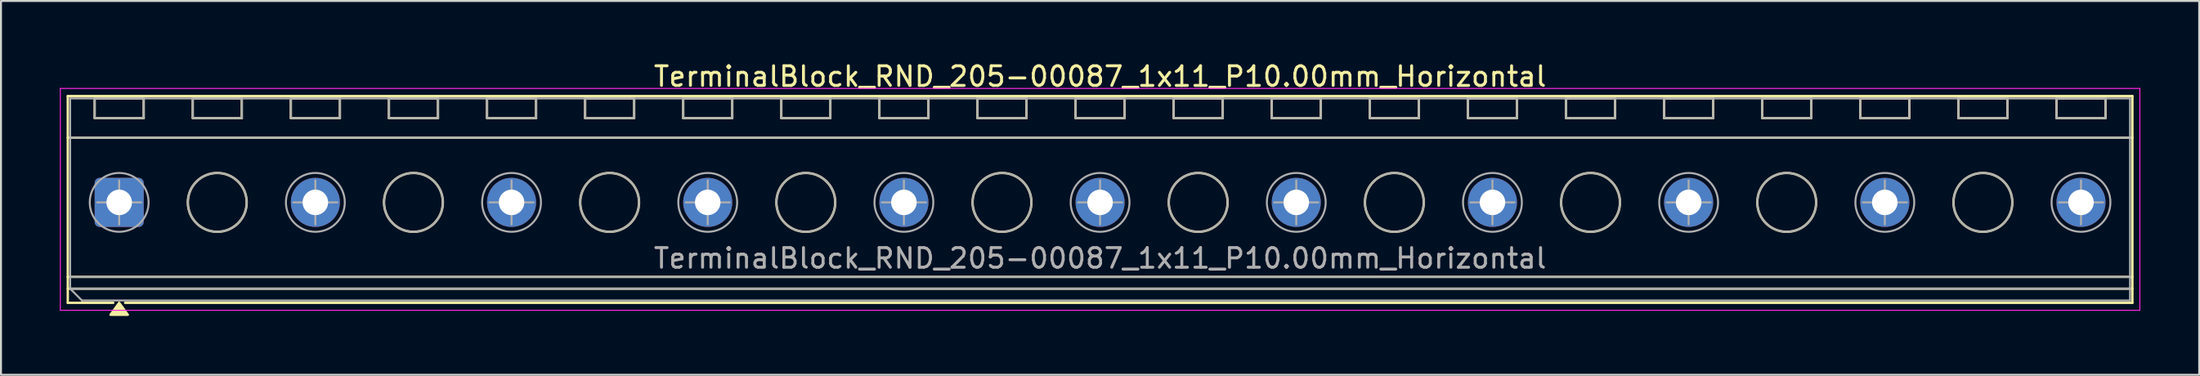
<source format=kicad_pcb>
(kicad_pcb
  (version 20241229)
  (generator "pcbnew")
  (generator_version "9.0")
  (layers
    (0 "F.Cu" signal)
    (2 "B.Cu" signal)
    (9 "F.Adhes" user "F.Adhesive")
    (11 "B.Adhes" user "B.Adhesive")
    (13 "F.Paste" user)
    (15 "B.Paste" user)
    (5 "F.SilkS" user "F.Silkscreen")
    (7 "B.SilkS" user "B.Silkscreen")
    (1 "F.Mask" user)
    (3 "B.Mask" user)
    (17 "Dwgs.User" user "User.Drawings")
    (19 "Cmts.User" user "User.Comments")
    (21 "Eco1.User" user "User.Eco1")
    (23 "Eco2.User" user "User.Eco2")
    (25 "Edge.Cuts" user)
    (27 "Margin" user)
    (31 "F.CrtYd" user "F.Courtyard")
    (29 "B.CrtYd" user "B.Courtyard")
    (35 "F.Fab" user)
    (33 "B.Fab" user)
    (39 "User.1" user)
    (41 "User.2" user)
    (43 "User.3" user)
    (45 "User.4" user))
  (footprint "TerminalBlock_RND_205-00087_1x11_P10.00mm_Horizontal"
    (layer "F.Cu")
    (at 3.025 7.268)
    (property "Reference" "TerminalBlock_RND_205-00087_1x11_P10.00mm_Horizontal" (at 50 -6.42 0) (layer "F.SilkS") (effects (font (size 1 1) (thickness 0.15))))
    (attr through_hole)
    (fp_line (start -2.62 -5.42) (end 102.62 -5.42) (stroke (width 0.12) (type solid)) (layer "F.SilkS"))
    (fp_line (start -2.62 -3.3) (end 102.62 -3.3) (stroke (width 0.12) (type solid)) (layer "F.SilkS"))
    (fp_line (start -2.62 3.8) (end 102.62 3.8) (stroke (width 0.12) (type solid)) (layer "F.SilkS"))
    (fp_line (start -2.62 4.4) (end 102.62 4.4) (stroke (width 0.12) (type solid)) (layer "F.SilkS"))
    (fp_line (start -2.62 5.12) (end -2.62 -5.42) (stroke (width 0.12) (type solid)) (layer "F.SilkS"))
    (fp_line (start -1.25 -5.3) (end 1.25 -5.3) (stroke (width 0.12) (type solid)) (layer "F.SilkS"))
    (fp_line (start -1.25 -4.3) (end -1.25 -5.3) (stroke (width 0.12) (type solid)) (layer "F.SilkS"))
    (fp_line (start -0.3 5.12) (end -2.62 5.12) (stroke (width 0.12) (type solid)) (layer "F.SilkS"))
    (fp_line (start 1.25 -5.3) (end 1.25 -4.3) (stroke (width 0.12) (type solid)) (layer "F.SilkS"))
    (fp_line (start 1.25 -4.3) (end -1.25 -4.3) (stroke (width 0.12) (type solid)) (layer "F.SilkS"))
    (fp_line (start 3.75 -5.3) (end 6.25 -5.3) (stroke (width 0.12) (type solid)) (layer "F.SilkS"))
    (fp_line (start 3.75 -4.3) (end 3.75 -5.3) (stroke (width 0.12) (type solid)) (layer "F.SilkS"))
    (fp_line (start 6.25 -5.3) (end 6.25 -4.3) (stroke (width 0.12) (type solid)) (layer "F.SilkS"))
    (fp_line (start 6.25 -4.3) (end 3.75 -4.3) (stroke (width 0.12) (type solid)) (layer "F.SilkS"))
    (fp_line (start 8.75 -5.3) (end 11.25 -5.3) (stroke (width 0.12) (type solid)) (layer "F.SilkS"))
    (fp_line (start 8.75 -4.3) (end 8.75 -5.3) (stroke (width 0.12) (type solid)) (layer "F.SilkS"))
    (fp_line (start 11.25 -5.3) (end 11.25 -4.3) (stroke (width 0.12) (type solid)) (layer "F.SilkS"))
    (fp_line (start 11.25 -4.3) (end 8.75 -4.3) (stroke (width 0.12) (type solid)) (layer "F.SilkS"))
    (fp_line (start 13.75 -5.3) (end 16.25 -5.3) (stroke (width 0.12) (type solid)) (layer "F.SilkS"))
    (fp_line (start 13.75 -4.3) (end 13.75 -5.3) (stroke (width 0.12) (type solid)) (layer "F.SilkS"))
    (fp_line (start 16.25 -5.3) (end 16.25 -4.3) (stroke (width 0.12) (type solid)) (layer "F.SilkS"))
    (fp_line (start 16.25 -4.3) (end 13.75 -4.3) (stroke (width 0.12) (type solid)) (layer "F.SilkS"))
    (fp_line (start 18.75 -5.3) (end 21.25 -5.3) (stroke (width 0.12) (type solid)) (layer "F.SilkS"))
    (fp_line (start 18.75 -4.3) (end 18.75 -5.3) (stroke (width 0.12) (type solid)) (layer "F.SilkS"))
    (fp_line (start 21.25 -5.3) (end 21.25 -4.3) (stroke (width 0.12) (type solid)) (layer "F.SilkS"))
    (fp_line (start 21.25 -4.3) (end 18.75 -4.3) (stroke (width 0.12) (type solid)) (layer "F.SilkS"))
    (fp_line (start 23.75 -5.3) (end 26.25 -5.3) (stroke (width 0.12) (type solid)) (layer "F.SilkS"))
    (fp_line (start 23.75 -4.3) (end 23.75 -5.3) (stroke (width 0.12) (type solid)) (layer "F.SilkS"))
    (fp_line (start 26.25 -5.3) (end 26.25 -4.3) (stroke (width 0.12) (type solid)) (layer "F.SilkS"))
    (fp_line (start 26.25 -4.3) (end 23.75 -4.3) (stroke (width 0.12) (type solid)) (layer "F.SilkS"))
    (fp_line (start 28.75 -5.3) (end 31.25 -5.3) (stroke (width 0.12) (type solid)) (layer "F.SilkS"))
    (fp_line (start 28.75 -4.3) (end 28.75 -5.3) (stroke (width 0.12) (type solid)) (layer "F.SilkS"))
    (fp_line (start 31.25 -5.3) (end 31.25 -4.3) (stroke (width 0.12) (type solid)) (layer "F.SilkS"))
    (fp_line (start 31.25 -4.3) (end 28.75 -4.3) (stroke (width 0.12) (type solid)) (layer "F.SilkS"))
    (fp_line (start 33.75 -5.3) (end 36.25 -5.3) (stroke (width 0.12) (type solid)) (layer "F.SilkS"))
    (fp_line (start 33.75 -4.3) (end 33.75 -5.3) (stroke (width 0.12) (type solid)) (layer "F.SilkS"))
    (fp_line (start 36.25 -5.3) (end 36.25 -4.3) (stroke (width 0.12) (type solid)) (layer "F.SilkS"))
    (fp_line (start 36.25 -4.3) (end 33.75 -4.3) (stroke (width 0.12) (type solid)) (layer "F.SilkS"))
    (fp_line (start 38.75 -5.3) (end 41.25 -5.3) (stroke (width 0.12) (type solid)) (layer "F.SilkS"))
    (fp_line (start 38.75 -4.3) (end 38.75 -5.3) (stroke (width 0.12) (type solid)) (layer "F.SilkS"))
    (fp_line (start 41.25 -5.3) (end 41.25 -4.3) (stroke (width 0.12) (type solid)) (layer "F.SilkS"))
    (fp_line (start 41.25 -4.3) (end 38.75 -4.3) (stroke (width 0.12) (type solid)) (layer "F.SilkS"))
    (fp_line (start 43.75 -5.3) (end 46.25 -5.3) (stroke (width 0.12) (type solid)) (layer "F.SilkS"))
    (fp_line (start 43.75 -4.3) (end 43.75 -5.3) (stroke (width 0.12) (type solid)) (layer "F.SilkS"))
    (fp_line (start 46.25 -5.3) (end 46.25 -4.3) (stroke (width 0.12) (type solid)) (layer "F.SilkS"))
    (fp_line (start 46.25 -4.3) (end 43.75 -4.3) (stroke (width 0.12) (type solid)) (layer "F.SilkS"))
    (fp_line (start 48.75 -5.3) (end 51.25 -5.3) (stroke (width 0.12) (type solid)) (layer "F.SilkS"))
    (fp_line (start 48.75 -4.3) (end 48.75 -5.3) (stroke (width 0.12) (type solid)) (layer "F.SilkS"))
    (fp_line (start 51.25 -5.3) (end 51.25 -4.3) (stroke (width 0.12) (type solid)) (layer "F.SilkS"))
    (fp_line (start 51.25 -4.3) (end 48.75 -4.3) (stroke (width 0.12) (type solid)) (layer "F.SilkS"))
    (fp_line (start 53.75 -5.3) (end 56.25 -5.3) (stroke (width 0.12) (type solid)) (layer "F.SilkS"))
    (fp_line (start 53.75 -4.3) (end 53.75 -5.3) (stroke (width 0.12) (type solid)) (layer "F.SilkS"))
    (fp_line (start 56.25 -5.3) (end 56.25 -4.3) (stroke (width 0.12) (type solid)) (layer "F.SilkS"))
    (fp_line (start 56.25 -4.3) (end 53.75 -4.3) (stroke (width 0.12) (type solid)) (layer "F.SilkS"))
    (fp_line (start 58.75 -5.3) (end 61.25 -5.3) (stroke (width 0.12) (type solid)) (layer "F.SilkS"))
    (fp_line (start 58.75 -4.3) (end 58.75 -5.3) (stroke (width 0.12) (type solid)) (layer "F.SilkS"))
    (fp_line (start 61.25 -5.3) (end 61.25 -4.3) (stroke (width 0.12) (type solid)) (layer "F.SilkS"))
    (fp_line (start 61.25 -4.3) (end 58.75 -4.3) (stroke (width 0.12) (type solid)) (layer "F.SilkS"))
    (fp_line (start 63.75 -5.3) (end 66.25 -5.3) (stroke (width 0.12) (type solid)) (layer "F.SilkS"))
    (fp_line (start 63.75 -4.3) (end 63.75 -5.3) (stroke (width 0.12) (type solid)) (layer "F.SilkS"))
    (fp_line (start 66.25 -5.3) (end 66.25 -4.3) (stroke (width 0.12) (type solid)) (layer "F.SilkS"))
    (fp_line (start 66.25 -4.3) (end 63.75 -4.3) (stroke (width 0.12) (type solid)) (layer "F.SilkS"))
    (fp_line (start 68.75 -5.3) (end 71.25 -5.3) (stroke (width 0.12) (type solid)) (layer "F.SilkS"))
    (fp_line (start 68.75 -4.3) (end 68.75 -5.3) (stroke (width 0.12) (type solid)) (layer "F.SilkS"))
    (fp_line (start 71.25 -5.3) (end 71.25 -4.3) (stroke (width 0.12) (type solid)) (layer "F.SilkS"))
    (fp_line (start 71.25 -4.3) (end 68.75 -4.3) (stroke (width 0.12) (type solid)) (layer "F.SilkS"))
    (fp_line (start 73.75 -5.3) (end 76.25 -5.3) (stroke (width 0.12) (type solid)) (layer "F.SilkS"))
    (fp_line (start 73.75 -4.3) (end 73.75 -5.3) (stroke (width 0.12) (type solid)) (layer "F.SilkS"))
    (fp_line (start 76.25 -5.3) (end 76.25 -4.3) (stroke (width 0.12) (type solid)) (layer "F.SilkS"))
    (fp_line (start 76.25 -4.3) (end 73.75 -4.3) (stroke (width 0.12) (type solid)) (layer "F.SilkS"))
    (fp_line (start 78.75 -5.3) (end 81.25 -5.3) (stroke (width 0.12) (type solid)) (layer "F.SilkS"))
    (fp_line (start 78.75 -4.3) (end 78.75 -5.3) (stroke (width 0.12) (type solid)) (layer "F.SilkS"))
    (fp_line (start 81.25 -5.3) (end 81.25 -4.3) (stroke (width 0.12) (type solid)) (layer "F.SilkS"))
    (fp_line (start 81.25 -4.3) (end 78.75 -4.3) (stroke (width 0.12) (type solid)) (layer "F.SilkS"))
    (fp_line (start 83.75 -5.3) (end 86.25 -5.3) (stroke (width 0.12) (type solid)) (layer "F.SilkS"))
    (fp_line (start 83.75 -4.3) (end 83.75 -5.3) (stroke (width 0.12) (type solid)) (layer "F.SilkS"))
    (fp_line (start 86.25 -5.3) (end 86.25 -4.3) (stroke (width 0.12) (type solid)) (layer "F.SilkS"))
    (fp_line (start 86.25 -4.3) (end 83.75 -4.3) (stroke (width 0.12) (type solid)) (layer "F.SilkS"))
    (fp_line (start 88.75 -5.3) (end 91.25 -5.3) (stroke (width 0.12) (type solid)) (layer "F.SilkS"))
    (fp_line (start 88.75 -4.3) (end 88.75 -5.3) (stroke (width 0.12) (type solid)) (layer "F.SilkS"))
    (fp_line (start 91.25 -5.3) (end 91.25 -4.3) (stroke (width 0.12) (type solid)) (layer "F.SilkS"))
    (fp_line (start 91.25 -4.3) (end 88.75 -4.3) (stroke (width 0.12) (type solid)) (layer "F.SilkS"))
    (fp_line (start 93.75 -5.3) (end 96.25 -5.3) (stroke (width 0.12) (type solid)) (layer "F.SilkS"))
    (fp_line (start 93.75 -4.3) (end 93.75 -5.3) (stroke (width 0.12) (type solid)) (layer "F.SilkS"))
    (fp_line (start 96.25 -5.3) (end 96.25 -4.3) (stroke (width 0.12) (type solid)) (layer "F.SilkS"))
    (fp_line (start 96.25 -4.3) (end 93.75 -4.3) (stroke (width 0.12) (type solid)) (layer "F.SilkS"))
    (fp_line (start 98.75 -5.3) (end 101.25 -5.3) (stroke (width 0.12) (type solid)) (layer "F.SilkS"))
    (fp_line (start 98.75 -4.3) (end 98.75 -5.3) (stroke (width 0.12) (type solid)) (layer "F.SilkS"))
    (fp_line (start 101.25 -5.3) (end 101.25 -4.3) (stroke (width 0.12) (type solid)) (layer "F.SilkS"))
    (fp_line (start 101.25 -4.3) (end 98.75 -4.3) (stroke (width 0.12) (type solid)) (layer "F.SilkS"))
    (fp_line (start 102.62 -5.42) (end 102.62 5.12) (stroke (width 0.12) (type solid)) (layer "F.SilkS"))
    (fp_line (start 102.62 5.12) (end 0.3 5.12) (stroke (width 0.12) (type solid)) (layer "F.SilkS"))
    (fp_circle (center 5 0) (end 6.5 0) (stroke (width 0.12) (type solid)) (fill no) (layer "F.SilkS"))
    (fp_circle (center 15 0) (end 16.5 0) (stroke (width 0.12) (type solid)) (fill no) (layer "F.SilkS"))
    (fp_circle (center 25 0) (end 26.5 0) (stroke (width 0.12) (type solid)) (fill no) (layer "F.SilkS"))
    (fp_circle (center 35 0) (end 36.5 0) (stroke (width 0.12) (type solid)) (fill no) (layer "F.SilkS"))
    (fp_circle (center 45 0) (end 46.5 0) (stroke (width 0.12) (type solid)) (fill no) (layer "F.SilkS"))
    (fp_circle (center 55 0) (end 56.5 0) (stroke (width 0.12) (type solid)) (fill no) (layer "F.SilkS"))
    (fp_circle (center 65 0) (end 66.5 0) (stroke (width 0.12) (type solid)) (fill no) (layer "F.SilkS"))
    (fp_circle (center 75 0) (end 76.5 0) (stroke (width 0.12) (type solid)) (fill no) (layer "F.SilkS"))
    (fp_circle (center 85 0) (end 86.5 0) (stroke (width 0.12) (type solid)) (fill no) (layer "F.SilkS"))
    (fp_circle (center 95 0) (end 96.5 0) (stroke (width 0.12) (type solid)) (fill no) (layer "F.SilkS"))
    (fp_poly (pts (xy 0 5.12) (xy 0.44 5.73) (xy -0.44 5.73)) (stroke (width 0.12) (type solid)) (fill yes) (layer "F.SilkS"))
    (fp_line (start -3 -5.81) (end -3 5.5) (stroke (width 0.05) (type solid)) (layer "F.CrtYd"))
    (fp_line (start -3 5.5) (end 103 5.5) (stroke (width 0.05) (type solid)) (layer "F.CrtYd"))
    (fp_line (start 103 -5.81) (end -3 -5.81) (stroke (width 0.05) (type solid)) (layer "F.CrtYd"))
    (fp_line (start 103 5.5) (end 103 -5.81) (stroke (width 0.05) (type solid)) (layer "F.CrtYd"))
    (fp_line (start -2.5 -5.3) (end 102.5 -5.3) (stroke (width 0.1) (type solid)) (layer "F.Fab"))
    (fp_line (start -2.5 -3.3) (end 102.5 -3.3) (stroke (width 0.1) (type solid)) (layer "F.Fab"))
    (fp_line (start -2.5 3.8) (end 102.5 3.8) (stroke (width 0.1) (type solid)) (layer "F.Fab"))
    (fp_line (start -2.5 4.4) (end -2.5 -5.3) (stroke (width 0.1) (type solid)) (layer "F.Fab"))
    (fp_line (start -2.5 4.4) (end 102.5 4.4) (stroke (width 0.1) (type solid)) (layer "F.Fab"))
    (fp_line (start -1.9 5) (end -2.5 4.4) (stroke (width 0.1) (type solid)) (layer "F.Fab"))
    (fp_line (start -1.25 -5.3) (end -1.25 -4.3) (stroke (width 0.1) (type solid)) (layer "F.Fab"))
    (fp_line (start -1.25 -4.3) (end 1.25 -4.3) (stroke (width 0.1) (type solid)) (layer "F.Fab"))
    (fp_line (start -1.125 0) (end 1.125 0) (stroke (width 0.1) (type solid)) (layer "F.Fab"))
    (fp_line (start 0 -1.125) (end 0 1.125) (stroke (width 0.1) (type solid)) (layer "F.Fab"))
    (fp_line (start 1.25 -5.3) (end -1.25 -5.3) (stroke (width 0.1) (type solid)) (layer "F.Fab"))
    (fp_line (start 1.25 -4.3) (end 1.25 -5.3) (stroke (width 0.1) (type solid)) (layer "F.Fab"))
    (fp_line (start 3.75 -5.3) (end 3.75 -4.3) (stroke (width 0.1) (type solid)) (layer "F.Fab"))
    (fp_line (start 3.75 -4.3) (end 6.25 -4.3) (stroke (width 0.1) (type solid)) (layer "F.Fab"))
    (fp_line (start 6.25 -5.3) (end 3.75 -5.3) (stroke (width 0.1) (type solid)) (layer "F.Fab"))
    (fp_line (start 6.25 -4.3) (end 6.25 -5.3) (stroke (width 0.1) (type solid)) (layer "F.Fab"))
    (fp_line (start 8.75 -5.3) (end 8.75 -4.3) (stroke (width 0.1) (type solid)) (layer "F.Fab"))
    (fp_line (start 8.75 -4.3) (end 11.25 -4.3) (stroke (width 0.1) (type solid)) (layer "F.Fab"))
    (fp_line (start 8.875 0) (end 11.125 0) (stroke (width 0.1) (type solid)) (layer "F.Fab"))
    (fp_line (start 10 -1.125) (end 10 1.125) (stroke (width 0.1) (type solid)) (layer "F.Fab"))
    (fp_line (start 11.25 -5.3) (end 8.75 -5.3) (stroke (width 0.1) (type solid)) (layer "F.Fab"))
    (fp_line (start 11.25 -4.3) (end 11.25 -5.3) (stroke (width 0.1) (type solid)) (layer "F.Fab"))
    (fp_line (start 13.75 -5.3) (end 13.75 -4.3) (stroke (width 0.1) (type solid)) (layer "F.Fab"))
    (fp_line (start 13.75 -4.3) (end 16.25 -4.3) (stroke (width 0.1) (type solid)) (layer "F.Fab"))
    (fp_line (start 16.25 -5.3) (end 13.75 -5.3) (stroke (width 0.1) (type solid)) (layer "F.Fab"))
    (fp_line (start 16.25 -4.3) (end 16.25 -5.3) (stroke (width 0.1) (type solid)) (layer "F.Fab"))
    (fp_line (start 18.75 -5.3) (end 18.75 -4.3) (stroke (width 0.1) (type solid)) (layer "F.Fab"))
    (fp_line (start 18.75 -4.3) (end 21.25 -4.3) (stroke (width 0.1) (type solid)) (layer "F.Fab"))
    (fp_line (start 18.875 0) (end 21.125 0) (stroke (width 0.1) (type solid)) (layer "F.Fab"))
    (fp_line (start 20 -1.125) (end 20 1.125) (stroke (width 0.1) (type solid)) (layer "F.Fab"))
    (fp_line (start 21.25 -5.3) (end 18.75 -5.3) (stroke (width 0.1) (type solid)) (layer "F.Fab"))
    (fp_line (start 21.25 -4.3) (end 21.25 -5.3) (stroke (width 0.1) (type solid)) (layer "F.Fab"))
    (fp_line (start 23.75 -5.3) (end 23.75 -4.3) (stroke (width 0.1) (type solid)) (layer "F.Fab"))
    (fp_line (start 23.75 -4.3) (end 26.25 -4.3) (stroke (width 0.1) (type solid)) (layer "F.Fab"))
    (fp_line (start 26.25 -5.3) (end 23.75 -5.3) (stroke (width 0.1) (type solid)) (layer "F.Fab"))
    (fp_line (start 26.25 -4.3) (end 26.25 -5.3) (stroke (width 0.1) (type solid)) (layer "F.Fab"))
    (fp_line (start 28.75 -5.3) (end 28.75 -4.3) (stroke (width 0.1) (type solid)) (layer "F.Fab"))
    (fp_line (start 28.75 -4.3) (end 31.25 -4.3) (stroke (width 0.1) (type solid)) (layer "F.Fab"))
    (fp_line (start 28.875 0) (end 31.125 0) (stroke (width 0.1) (type solid)) (layer "F.Fab"))
    (fp_line (start 30 -1.125) (end 30 1.125) (stroke (width 0.1) (type solid)) (layer "F.Fab"))
    (fp_line (start 31.25 -5.3) (end 28.75 -5.3) (stroke (width 0.1) (type solid)) (layer "F.Fab"))
    (fp_line (start 31.25 -4.3) (end 31.25 -5.3) (stroke (width 0.1) (type solid)) (layer "F.Fab"))
    (fp_line (start 33.75 -5.3) (end 33.75 -4.3) (stroke (width 0.1) (type solid)) (layer "F.Fab"))
    (fp_line (start 33.75 -4.3) (end 36.25 -4.3) (stroke (width 0.1) (type solid)) (layer "F.Fab"))
    (fp_line (start 36.25 -5.3) (end 33.75 -5.3) (stroke (width 0.1) (type solid)) (layer "F.Fab"))
    (fp_line (start 36.25 -4.3) (end 36.25 -5.3) (stroke (width 0.1) (type solid)) (layer "F.Fab"))
    (fp_line (start 38.75 -5.3) (end 38.75 -4.3) (stroke (width 0.1) (type solid)) (layer "F.Fab"))
    (fp_line (start 38.75 -4.3) (end 41.25 -4.3) (stroke (width 0.1) (type solid)) (layer "F.Fab"))
    (fp_line (start 38.875 0) (end 41.125 0) (stroke (width 0.1) (type solid)) (layer "F.Fab"))
    (fp_line (start 40 -1.125) (end 40 1.125) (stroke (width 0.1) (type solid)) (layer "F.Fab"))
    (fp_line (start 41.25 -5.3) (end 38.75 -5.3) (stroke (width 0.1) (type solid)) (layer "F.Fab"))
    (fp_line (start 41.25 -4.3) (end 41.25 -5.3) (stroke (width 0.1) (type solid)) (layer "F.Fab"))
    (fp_line (start 43.75 -5.3) (end 43.75 -4.3) (stroke (width 0.1) (type solid)) (layer "F.Fab"))
    (fp_line (start 43.75 -4.3) (end 46.25 -4.3) (stroke (width 0.1) (type solid)) (layer "F.Fab"))
    (fp_line (start 46.25 -5.3) (end 43.75 -5.3) (stroke (width 0.1) (type solid)) (layer "F.Fab"))
    (fp_line (start 46.25 -4.3) (end 46.25 -5.3) (stroke (width 0.1) (type solid)) (layer "F.Fab"))
    (fp_line (start 48.75 -5.3) (end 48.75 -4.3) (stroke (width 0.1) (type solid)) (layer "F.Fab"))
    (fp_line (start 48.75 -4.3) (end 51.25 -4.3) (stroke (width 0.1) (type solid)) (layer "F.Fab"))
    (fp_line (start 48.875 0) (end 51.125 0) (stroke (width 0.1) (type solid)) (layer "F.Fab"))
    (fp_line (start 50 -1.125) (end 50 1.125) (stroke (width 0.1) (type solid)) (layer "F.Fab"))
    (fp_line (start 51.25 -5.3) (end 48.75 -5.3) (stroke (width 0.1) (type solid)) (layer "F.Fab"))
    (fp_line (start 51.25 -4.3) (end 51.25 -5.3) (stroke (width 0.1) (type solid)) (layer "F.Fab"))
    (fp_line (start 53.75 -5.3) (end 53.75 -4.3) (stroke (width 0.1) (type solid)) (layer "F.Fab"))
    (fp_line (start 53.75 -4.3) (end 56.25 -4.3) (stroke (width 0.1) (type solid)) (layer "F.Fab"))
    (fp_line (start 56.25 -5.3) (end 53.75 -5.3) (stroke (width 0.1) (type solid)) (layer "F.Fab"))
    (fp_line (start 56.25 -4.3) (end 56.25 -5.3) (stroke (width 0.1) (type solid)) (layer "F.Fab"))
    (fp_line (start 58.75 -5.3) (end 58.75 -4.3) (stroke (width 0.1) (type solid)) (layer "F.Fab"))
    (fp_line (start 58.75 -4.3) (end 61.25 -4.3) (stroke (width 0.1) (type solid)) (layer "F.Fab"))
    (fp_line (start 58.875 0) (end 61.125 0) (stroke (width 0.1) (type solid)) (layer "F.Fab"))
    (fp_line (start 60 -1.125) (end 60 1.125) (stroke (width 0.1) (type solid)) (layer "F.Fab"))
    (fp_line (start 61.25 -5.3) (end 58.75 -5.3) (stroke (width 0.1) (type solid)) (layer "F.Fab"))
    (fp_line (start 61.25 -4.3) (end 61.25 -5.3) (stroke (width 0.1) (type solid)) (layer "F.Fab"))
    (fp_line (start 63.75 -5.3) (end 63.75 -4.3) (stroke (width 0.1) (type solid)) (layer "F.Fab"))
    (fp_line (start 63.75 -4.3) (end 66.25 -4.3) (stroke (width 0.1) (type solid)) (layer "F.Fab"))
    (fp_line (start 66.25 -5.3) (end 63.75 -5.3) (stroke (width 0.1) (type solid)) (layer "F.Fab"))
    (fp_line (start 66.25 -4.3) (end 66.25 -5.3) (stroke (width 0.1) (type solid)) (layer "F.Fab"))
    (fp_line (start 68.75 -5.3) (end 68.75 -4.3) (stroke (width 0.1) (type solid)) (layer "F.Fab"))
    (fp_line (start 68.75 -4.3) (end 71.25 -4.3) (stroke (width 0.1) (type solid)) (layer "F.Fab"))
    (fp_line (start 68.875 0) (end 71.125 0) (stroke (width 0.1) (type solid)) (layer "F.Fab"))
    (fp_line (start 70 -1.125) (end 70 1.125) (stroke (width 0.1) (type solid)) (layer "F.Fab"))
    (fp_line (start 71.25 -5.3) (end 68.75 -5.3) (stroke (width 0.1) (type solid)) (layer "F.Fab"))
    (fp_line (start 71.25 -4.3) (end 71.25 -5.3) (stroke (width 0.1) (type solid)) (layer "F.Fab"))
    (fp_line (start 73.75 -5.3) (end 73.75 -4.3) (stroke (width 0.1) (type solid)) (layer "F.Fab"))
    (fp_line (start 73.75 -4.3) (end 76.25 -4.3) (stroke (width 0.1) (type solid)) (layer "F.Fab"))
    (fp_line (start 76.25 -5.3) (end 73.75 -5.3) (stroke (width 0.1) (type solid)) (layer "F.Fab"))
    (fp_line (start 76.25 -4.3) (end 76.25 -5.3) (stroke (width 0.1) (type solid)) (layer "F.Fab"))
    (fp_line (start 78.75 -5.3) (end 78.75 -4.3) (stroke (width 0.1) (type solid)) (layer "F.Fab"))
    (fp_line (start 78.75 -4.3) (end 81.25 -4.3) (stroke (width 0.1) (type solid)) (layer "F.Fab"))
    (fp_line (start 78.875 0) (end 81.125 0) (stroke (width 0.1) (type solid)) (layer "F.Fab"))
    (fp_line (start 80 -1.125) (end 80 1.125) (stroke (width 0.1) (type solid)) (layer "F.Fab"))
    (fp_line (start 81.25 -5.3) (end 78.75 -5.3) (stroke (width 0.1) (type solid)) (layer "F.Fab"))
    (fp_line (start 81.25 -4.3) (end 81.25 -5.3) (stroke (width 0.1) (type solid)) (layer "F.Fab"))
    (fp_line (start 83.75 -5.3) (end 83.75 -4.3) (stroke (width 0.1) (type solid)) (layer "F.Fab"))
    (fp_line (start 83.75 -4.3) (end 86.25 -4.3) (stroke (width 0.1) (type solid)) (layer "F.Fab"))
    (fp_line (start 86.25 -5.3) (end 83.75 -5.3) (stroke (width 0.1) (type solid)) (layer "F.Fab"))
    (fp_line (start 86.25 -4.3) (end 86.25 -5.3) (stroke (width 0.1) (type solid)) (layer "F.Fab"))
    (fp_line (start 88.75 -5.3) (end 88.75 -4.3) (stroke (width 0.1) (type solid)) (layer "F.Fab"))
    (fp_line (start 88.75 -4.3) (end 91.25 -4.3) (stroke (width 0.1) (type solid)) (layer "F.Fab"))
    (fp_line (start 88.875 0) (end 91.125 0) (stroke (width 0.1) (type solid)) (layer "F.Fab"))
    (fp_line (start 90 -1.125) (end 90 1.125) (stroke (width 0.1) (type solid)) (layer "F.Fab"))
    (fp_line (start 91.25 -5.3) (end 88.75 -5.3) (stroke (width 0.1) (type solid)) (layer "F.Fab"))
    (fp_line (start 91.25 -4.3) (end 91.25 -5.3) (stroke (width 0.1) (type solid)) (layer "F.Fab"))
    (fp_line (start 93.75 -5.3) (end 93.75 -4.3) (stroke (width 0.1) (type solid)) (layer "F.Fab"))
    (fp_line (start 93.75 -4.3) (end 96.25 -4.3) (stroke (width 0.1) (type solid)) (layer "F.Fab"))
    (fp_line (start 96.25 -5.3) (end 93.75 -5.3) (stroke (width 0.1) (type solid)) (layer "F.Fab"))
    (fp_line (start 96.25 -4.3) (end 96.25 -5.3) (stroke (width 0.1) (type solid)) (layer "F.Fab"))
    (fp_line (start 98.75 -5.3) (end 98.75 -4.3) (stroke (width 0.1) (type solid)) (layer "F.Fab"))
    (fp_line (start 98.75 -4.3) (end 101.25 -4.3) (stroke (width 0.1) (type solid)) (layer "F.Fab"))
    (fp_line (start 98.875 0) (end 101.125 0) (stroke (width 0.1) (type solid)) (layer "F.Fab"))
    (fp_line (start 100 -1.125) (end 100 1.125) (stroke (width 0.1) (type solid)) (layer "F.Fab"))
    (fp_line (start 101.25 -5.3) (end 98.75 -5.3) (stroke (width 0.1) (type solid)) (layer "F.Fab"))
    (fp_line (start 101.25 -4.3) (end 101.25 -5.3) (stroke (width 0.1) (type solid)) (layer "F.Fab"))
    (fp_line (start 102.5 -5.3) (end 102.5 5) (stroke (width 0.1) (type solid)) (layer "F.Fab"))
    (fp_line (start 102.5 5) (end -1.9 5) (stroke (width 0.1) (type solid)) (layer "F.Fab"))
    (fp_circle (center 0 0) (end 1.5 0) (stroke (width 0.1) (type solid)) (fill no) (layer "F.Fab"))
    (fp_circle (center 5 0) (end 6.5 0) (stroke (width 0.1) (type solid)) (fill no) (layer "F.Fab"))
    (fp_circle (center 10 0) (end 11.5 0) (stroke (width 0.1) (type solid)) (fill no) (layer "F.Fab"))
    (fp_circle (center 15 0) (end 16.5 0) (stroke (width 0.1) (type solid)) (fill no) (layer "F.Fab"))
    (fp_circle (center 20 0) (end 21.5 0) (stroke (width 0.1) (type solid)) (fill no) (layer "F.Fab"))
    (fp_circle (center 25 0) (end 26.5 0) (stroke (width 0.1) (type solid)) (fill no) (layer "F.Fab"))
    (fp_circle (center 30 0) (end 31.5 0) (stroke (width 0.1) (type solid)) (fill no) (layer "F.Fab"))
    (fp_circle (center 35 0) (end 36.5 0) (stroke (width 0.1) (type solid)) (fill no) (layer "F.Fab"))
    (fp_circle (center 40 0) (end 41.5 0) (stroke (width 0.1) (type solid)) (fill no) (layer "F.Fab"))
    (fp_circle (center 45 0) (end 46.5 0) (stroke (width 0.1) (type solid)) (fill no) (layer "F.Fab"))
    (fp_circle (center 50 0) (end 51.5 0) (stroke (width 0.1) (type solid)) (fill no) (layer "F.Fab"))
    (fp_circle (center 55 0) (end 56.5 0) (stroke (width 0.1) (type solid)) (fill no) (layer "F.Fab"))
    (fp_circle (center 60 0) (end 61.5 0) (stroke (width 0.1) (type solid)) (fill no) (layer "F.Fab"))
    (fp_circle (center 65 0) (end 66.5 0) (stroke (width 0.1) (type solid)) (fill no) (layer "F.Fab"))
    (fp_circle (center 70 0) (end 71.5 0) (stroke (width 0.1) (type solid)) (fill no) (layer "F.Fab"))
    (fp_circle (center 75 0) (end 76.5 0) (stroke (width 0.1) (type solid)) (fill no) (layer "F.Fab"))
    (fp_circle (center 80 0) (end 81.5 0) (stroke (width 0.1) (type solid)) (fill no) (layer "F.Fab"))
    (fp_circle (center 85 0) (end 86.5 0) (stroke (width 0.1) (type solid)) (fill no) (layer "F.Fab"))
    (fp_circle (center 90 0) (end 91.5 0) (stroke (width 0.1) (type solid)) (fill no) (layer "F.Fab"))
    (fp_circle (center 95 0) (end 96.5 0) (stroke (width 0.1) (type solid)) (fill no) (layer "F.Fab"))
    (fp_circle (center 100 0) (end 101.5 0) (stroke (width 0.1) (type solid)) (fill no) (layer "F.Fab"))
    (fp_text user "${REFERENCE}" (at 50 2.85 0) (layer "F.Fab") (effects (font (size 1 1) (thickness 0.15))))
    (pad "1" thru_hole roundrect (at 0 0) (size 2.5 2.5) (drill 1.3) (layers "*.Cu" "*.Mask") (roundrect_rratio 0.1))
    (pad "2" thru_hole circle (at 10 0) (size 2.5 2.5) (drill 1.3) (layers "*.Cu" "*.Mask"))
    (pad "3" thru_hole circle (at 20 0) (size 2.5 2.5) (drill 1.3) (layers "*.Cu" "*.Mask"))
    (pad "4" thru_hole circle (at 30 0) (size 2.5 2.5) (drill 1.3) (layers "*.Cu" "*.Mask"))
    (pad "5" thru_hole circle (at 40 0) (size 2.5 2.5) (drill 1.3) (layers "*.Cu" "*.Mask"))
    (pad "6" thru_hole circle (at 50 0) (size 2.5 2.5) (drill 1.3) (layers "*.Cu" "*.Mask"))
    (pad "7" thru_hole circle (at 60 0) (size 2.5 2.5) (drill 1.3) (layers "*.Cu" "*.Mask"))
    (pad "8" thru_hole circle (at 70 0) (size 2.5 2.5) (drill 1.3) (layers "*.Cu" "*.Mask"))
    (pad "9" thru_hole circle (at 80 0) (size 2.5 2.5) (drill 1.3) (layers "*.Cu" "*.Mask"))
    (pad "10" thru_hole circle (at 90 0) (size 2.5 2.5) (drill 1.3) (layers "*.Cu" "*.Mask"))
    (pad "11" thru_hole circle (at 100 0) (size 2.5 2.5) (drill 1.3) (layers "*.Cu" "*.Mask")))
  (gr_rect
    (start -3 -3)
    (end 109.05 16.058)
    (stroke (width 0.1) (type default))
    (fill no)
    (layer "Edge.Cuts")))
</source>
